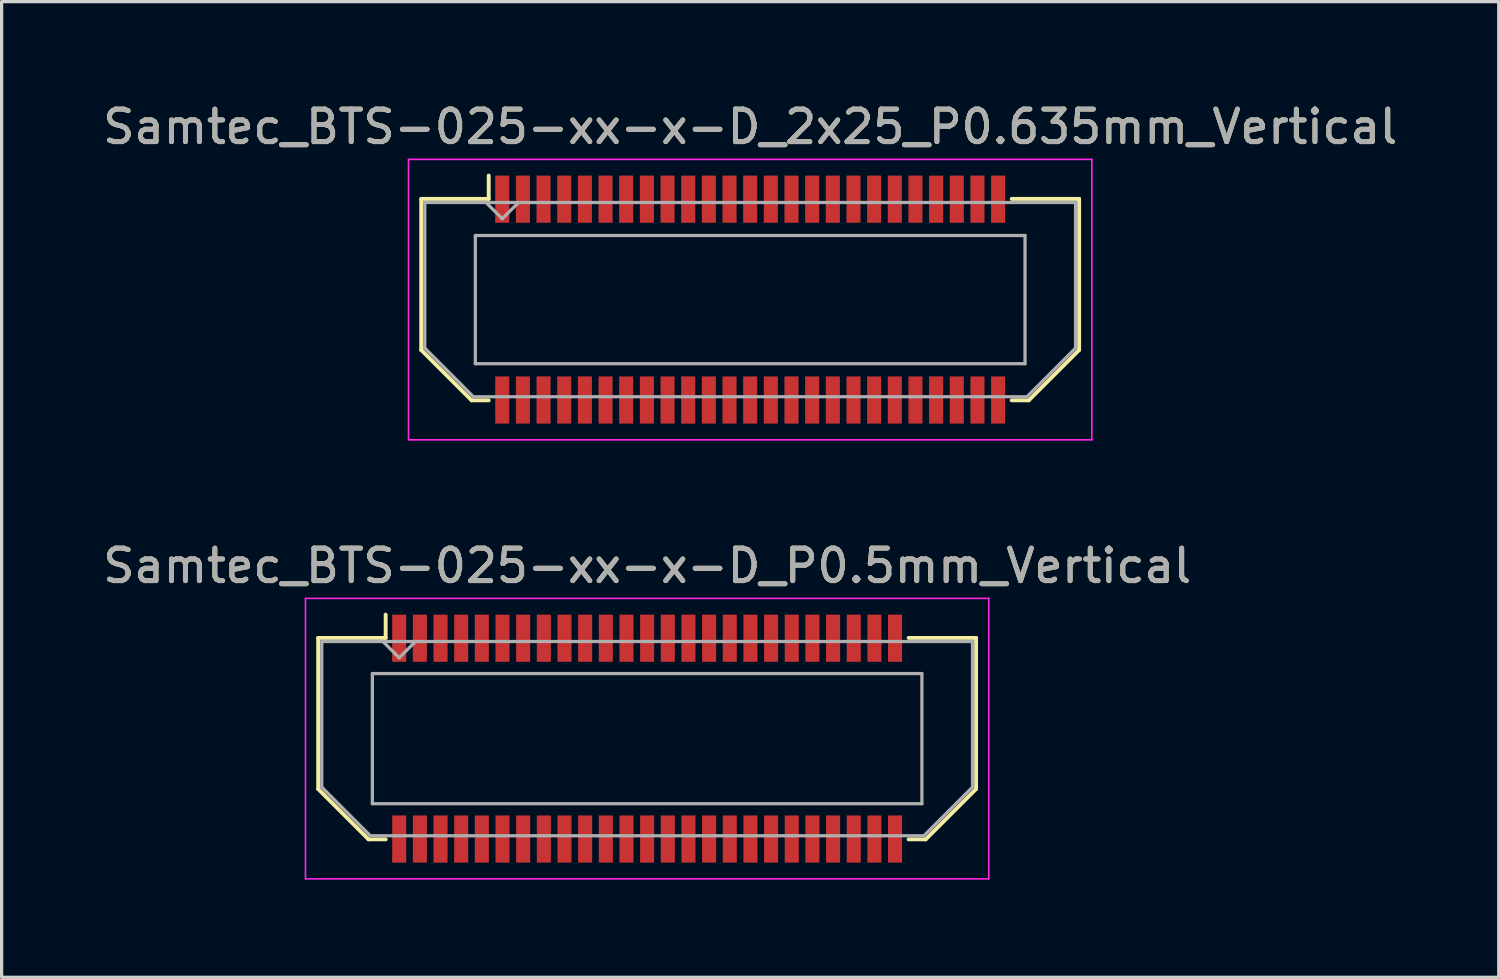
<source format=kicad_pcb>
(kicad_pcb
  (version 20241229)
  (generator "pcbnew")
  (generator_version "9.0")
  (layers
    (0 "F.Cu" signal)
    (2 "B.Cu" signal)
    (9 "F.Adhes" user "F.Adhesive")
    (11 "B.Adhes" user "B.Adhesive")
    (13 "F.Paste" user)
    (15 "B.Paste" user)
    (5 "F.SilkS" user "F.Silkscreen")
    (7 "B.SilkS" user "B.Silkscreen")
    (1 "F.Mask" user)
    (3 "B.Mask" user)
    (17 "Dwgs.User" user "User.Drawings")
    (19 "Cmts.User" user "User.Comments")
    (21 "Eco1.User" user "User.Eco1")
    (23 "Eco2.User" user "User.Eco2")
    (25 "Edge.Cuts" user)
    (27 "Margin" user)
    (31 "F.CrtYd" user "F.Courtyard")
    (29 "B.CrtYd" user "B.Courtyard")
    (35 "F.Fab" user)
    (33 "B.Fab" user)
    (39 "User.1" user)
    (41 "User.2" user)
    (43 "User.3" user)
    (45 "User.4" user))
  (footprint "Samtec_BTS-025-xx-x-D_P0.5mm_Vertical"
    (layer "F.Cu")
    (at 16.839 19.651)
    (property "Reference" "Samtec_BTS-025-xx-x-D_P0.5mm_Vertical" (at 0 -5.31 0) (layer "F.SilkS") (effects (font (size 1 1) (thickness 0.15))))
    (attr smd)
    (fp_line (start -10.11 -3.095) (end -10.11 1.548) (stroke (width 0.12) (type solid)) (layer "F.SilkS"))
    (fp_line (start -10.11 1.548) (end -8.562 3.095) (stroke (width 0.12) (type solid)) (layer "F.SilkS"))
    (fp_line (start -8.562 3.095) (end -8.036 3.095) (stroke (width 0.12) (type solid)) (layer "F.SilkS"))
    (fp_line (start -8.036 -3.811) (end -8.036 -3.095) (stroke (width 0.12) (type solid)) (layer "F.SilkS"))
    (fp_line (start -8.036 -3.095) (end -10.11 -3.095) (stroke (width 0.12) (type solid)) (layer "F.SilkS"))
    (fp_line (start 8.036 -3.095) (end 10.11 -3.095) (stroke (width 0.12) (type solid)) (layer "F.SilkS"))
    (fp_line (start 8.562 3.095) (end 8.036 3.095) (stroke (width 0.12) (type solid)) (layer "F.SilkS"))
    (fp_line (start 10.11 -3.095) (end 10.11 1.548) (stroke (width 0.12) (type solid)) (layer "F.SilkS"))
    (fp_line (start 10.11 1.548) (end 8.562 3.095) (stroke (width 0.12) (type solid)) (layer "F.SilkS"))
    (fp_line (start -10.5 -4.31) (end -10.5 4.31) (stroke (width 0.05) (type solid)) (layer "F.CrtYd"))
    (fp_line (start -10.5 4.31) (end 10.5 4.31) (stroke (width 0.05) (type solid)) (layer "F.CrtYd"))
    (fp_line (start 10.5 -4.31) (end -10.5 -4.31) (stroke (width 0.05) (type solid)) (layer "F.CrtYd"))
    (fp_line (start 10.5 4.31) (end 10.5 -4.31) (stroke (width 0.05) (type solid)) (layer "F.CrtYd"))
    (fp_line (start -10 -2.985) (end -10 1.492) (stroke (width 0.1) (type solid)) (layer "F.Fab"))
    (fp_line (start -10 -2.985) (end 10 -2.985) (stroke (width 0.1) (type solid)) (layer "F.Fab"))
    (fp_line (start -10 1.492) (end -8.508 2.985) (stroke (width 0.1) (type solid)) (layer "F.Fab"))
    (fp_line (start -8.508 2.985) (end 8.508 2.985) (stroke (width 0.1) (type solid)) (layer "F.Fab"))
    (fp_line (start -8.445 -2) (end -8.445 2) (stroke (width 0.1) (type solid)) (layer "F.Fab"))
    (fp_line (start -8.445 2) (end 8.445 2) (stroke (width 0.1) (type solid)) (layer "F.Fab"))
    (fp_line (start -7.62 -2.485) (end -8.12 -2.985) (stroke (width 0.1) (type solid)) (layer "F.Fab"))
    (fp_line (start -7.12 -2.985) (end -7.62 -2.485) (stroke (width 0.1) (type solid)) (layer "F.Fab"))
    (fp_line (start 8.445 -2) (end -8.445 -2) (stroke (width 0.1) (type solid)) (layer "F.Fab"))
    (fp_line (start 8.445 2) (end 8.445 -2) (stroke (width 0.1) (type solid)) (layer "F.Fab"))
    (fp_line (start 10 -2.985) (end 10 1.492) (stroke (width 0.1) (type solid)) (layer "F.Fab"))
    (fp_line (start 10 1.492) (end 8.508 2.985) (stroke (width 0.1) (type solid)) (layer "F.Fab"))
    (fp_text user "${REFERENCE}" (at 0 -5.31 0) (layer "F.Fab") (effects (font (size 1 1) (thickness 0.15))))
    (pad "1" smd rect (at -7.62 -3.086) (size 0.432 1.45) (layers "F.Cu" "F.Mask" "F.Paste"))
    (pad "2" smd rect (at -7.62 3.086) (size 0.432 1.45) (layers "F.Cu" "F.Mask" "F.Paste"))
    (pad "3" smd rect (at -6.985 -3.086) (size 0.432 1.45) (layers "F.Cu" "F.Mask" "F.Paste"))
    (pad "4" smd rect (at -6.985 3.086) (size 0.432 1.45) (layers "F.Cu" "F.Mask" "F.Paste"))
    (pad "5" smd rect (at -6.35 -3.086) (size 0.432 1.45) (layers "F.Cu" "F.Mask" "F.Paste"))
    (pad "6" smd rect (at -6.35 3.086) (size 0.432 1.45) (layers "F.Cu" "F.Mask" "F.Paste"))
    (pad "7" smd rect (at -5.715 -3.086) (size 0.432 1.45) (layers "F.Cu" "F.Mask" "F.Paste"))
    (pad "8" smd rect (at -5.715 3.086) (size 0.432 1.45) (layers "F.Cu" "F.Mask" "F.Paste"))
    (pad "9" smd rect (at -5.08 -3.086) (size 0.432 1.45) (layers "F.Cu" "F.Mask" "F.Paste"))
    (pad "10" smd rect (at -5.08 3.086) (size 0.432 1.45) (layers "F.Cu" "F.Mask" "F.Paste"))
    (pad "11" smd rect (at -4.445 -3.086) (size 0.432 1.45) (layers "F.Cu" "F.Mask" "F.Paste"))
    (pad "12" smd rect (at -4.445 3.086) (size 0.432 1.45) (layers "F.Cu" "F.Mask" "F.Paste"))
    (pad "13" smd rect (at -3.81 -3.086) (size 0.432 1.45) (layers "F.Cu" "F.Mask" "F.Paste"))
    (pad "14" smd rect (at -3.81 3.086) (size 0.432 1.45) (layers "F.Cu" "F.Mask" "F.Paste"))
    (pad "15" smd rect (at -3.175 -3.086) (size 0.432 1.45) (layers "F.Cu" "F.Mask" "F.Paste"))
    (pad "16" smd rect (at -3.175 3.086) (size 0.432 1.45) (layers "F.Cu" "F.Mask" "F.Paste"))
    (pad "17" smd rect (at -2.54 -3.086) (size 0.432 1.45) (layers "F.Cu" "F.Mask" "F.Paste"))
    (pad "18" smd rect (at -2.54 3.086) (size 0.432 1.45) (layers "F.Cu" "F.Mask" "F.Paste"))
    (pad "19" smd rect (at -1.905 -3.086) (size 0.432 1.45) (layers "F.Cu" "F.Mask" "F.Paste"))
    (pad "20" smd rect (at -1.905 3.086) (size 0.432 1.45) (layers "F.Cu" "F.Mask" "F.Paste"))
    (pad "21" smd rect (at -1.27 -3.086) (size 0.432 1.45) (layers "F.Cu" "F.Mask" "F.Paste"))
    (pad "22" smd rect (at -1.27 3.086) (size 0.432 1.45) (layers "F.Cu" "F.Mask" "F.Paste"))
    (pad "23" smd rect (at -0.635 -3.086) (size 0.432 1.45) (layers "F.Cu" "F.Mask" "F.Paste"))
    (pad "24" smd rect (at -0.635 3.086) (size 0.432 1.45) (layers "F.Cu" "F.Mask" "F.Paste"))
    (pad "25" smd rect (at 0 -3.086) (size 0.432 1.45) (layers "F.Cu" "F.Mask" "F.Paste"))
    (pad "26" smd rect (at 0 3.086) (size 0.432 1.45) (layers "F.Cu" "F.Mask" "F.Paste"))
    (pad "27" smd rect (at 0.635 -3.086) (size 0.432 1.45) (layers "F.Cu" "F.Mask" "F.Paste"))
    (pad "28" smd rect (at 0.635 3.086) (size 0.432 1.45) (layers "F.Cu" "F.Mask" "F.Paste"))
    (pad "29" smd rect (at 1.27 -3.086) (size 0.432 1.45) (layers "F.Cu" "F.Mask" "F.Paste"))
    (pad "30" smd rect (at 1.27 3.086) (size 0.432 1.45) (layers "F.Cu" "F.Mask" "F.Paste"))
    (pad "31" smd rect (at 1.905 -3.086) (size 0.432 1.45) (layers "F.Cu" "F.Mask" "F.Paste"))
    (pad "32" smd rect (at 1.905 3.086) (size 0.432 1.45) (layers "F.Cu" "F.Mask" "F.Paste"))
    (pad "33" smd rect (at 2.54 -3.086) (size 0.432 1.45) (layers "F.Cu" "F.Mask" "F.Paste"))
    (pad "34" smd rect (at 2.54 3.086) (size 0.432 1.45) (layers "F.Cu" "F.Mask" "F.Paste"))
    (pad "35" smd rect (at 3.175 -3.086) (size 0.432 1.45) (layers "F.Cu" "F.Mask" "F.Paste"))
    (pad "36" smd rect (at 3.175 3.086) (size 0.432 1.45) (layers "F.Cu" "F.Mask" "F.Paste"))
    (pad "37" smd rect (at 3.81 -3.086) (size 0.432 1.45) (layers "F.Cu" "F.Mask" "F.Paste"))
    (pad "38" smd rect (at 3.81 3.086) (size 0.432 1.45) (layers "F.Cu" "F.Mask" "F.Paste"))
    (pad "39" smd rect (at 4.445 -3.086) (size 0.432 1.45) (layers "F.Cu" "F.Mask" "F.Paste"))
    (pad "40" smd rect (at 4.445 3.086) (size 0.432 1.45) (layers "F.Cu" "F.Mask" "F.Paste"))
    (pad "41" smd rect (at 5.08 -3.086) (size 0.432 1.45) (layers "F.Cu" "F.Mask" "F.Paste"))
    (pad "42" smd rect (at 5.08 3.086) (size 0.432 1.45) (layers "F.Cu" "F.Mask" "F.Paste"))
    (pad "43" smd rect (at 5.715 -3.086) (size 0.432 1.45) (layers "F.Cu" "F.Mask" "F.Paste"))
    (pad "44" smd rect (at 5.715 3.086) (size 0.432 1.45) (layers "F.Cu" "F.Mask" "F.Paste"))
    (pad "45" smd rect (at 6.35 -3.086) (size 0.432 1.45) (layers "F.Cu" "F.Mask" "F.Paste"))
    (pad "46" smd rect (at 6.35 3.086) (size 0.432 1.45) (layers "F.Cu" "F.Mask" "F.Paste"))
    (pad "47" smd rect (at 6.985 -3.086) (size 0.432 1.45) (layers "F.Cu" "F.Mask" "F.Paste"))
    (pad "48" smd rect (at 6.985 3.086) (size 0.432 1.45) (layers "F.Cu" "F.Mask" "F.Paste"))
    (pad "49" smd rect (at 7.62 -3.086) (size 0.432 1.45) (layers "F.Cu" "F.Mask" "F.Paste"))
    (pad "50" smd rect (at 7.62 3.086) (size 0.432 1.45) (layers "F.Cu" "F.Mask" "F.Paste")))
  (footprint "Samtec_BTS-025-xx-x-D_2x25_P0.635mm_Vertical"
    (layer "F.Cu")
    (at 20.006 6.158)
    (property "Reference" "Samtec_BTS-025-xx-x-D_2x25_P0.635mm_Vertical" (at 0 -5.31 0) (layer "F.SilkS") (effects (font (size 1 1) (thickness 0.15))))
    (attr smd)
    (fp_line (start -10.11 -3.095) (end -10.11 1.548) (stroke (width 0.12) (type solid)) (layer "F.SilkS"))
    (fp_line (start -10.11 1.548) (end -8.562 3.095) (stroke (width 0.12) (type solid)) (layer "F.SilkS"))
    (fp_line (start -8.562 3.095) (end -8.036 3.095) (stroke (width 0.12) (type solid)) (layer "F.SilkS"))
    (fp_line (start -8.036 -3.811) (end -8.036 -3.095) (stroke (width 0.12) (type solid)) (layer "F.SilkS"))
    (fp_line (start -8.036 -3.095) (end -10.11 -3.095) (stroke (width 0.12) (type solid)) (layer "F.SilkS"))
    (fp_line (start 8.036 -3.095) (end 10.11 -3.095) (stroke (width 0.12) (type solid)) (layer "F.SilkS"))
    (fp_line (start 8.562 3.095) (end 8.036 3.095) (stroke (width 0.12) (type solid)) (layer "F.SilkS"))
    (fp_line (start 10.11 -3.095) (end 10.11 1.548) (stroke (width 0.12) (type solid)) (layer "F.SilkS"))
    (fp_line (start 10.11 1.548) (end 8.562 3.095) (stroke (width 0.12) (type solid)) (layer "F.SilkS"))
    (fp_line (start -10.5 -4.31) (end -10.5 4.31) (stroke (width 0.05) (type solid)) (layer "F.CrtYd"))
    (fp_line (start -10.5 4.31) (end 10.5 4.31) (stroke (width 0.05) (type solid)) (layer "F.CrtYd"))
    (fp_line (start 10.5 -4.31) (end -10.5 -4.31) (stroke (width 0.05) (type solid)) (layer "F.CrtYd"))
    (fp_line (start 10.5 4.31) (end 10.5 -4.31) (stroke (width 0.05) (type solid)) (layer "F.CrtYd"))
    (fp_line (start -10 -2.985) (end -10 1.492) (stroke (width 0.1) (type solid)) (layer "F.Fab"))
    (fp_line (start -10 -2.985) (end 10 -2.985) (stroke (width 0.1) (type solid)) (layer "F.Fab"))
    (fp_line (start -10 1.492) (end -8.508 2.985) (stroke (width 0.1) (type solid)) (layer "F.Fab"))
    (fp_line (start -8.508 2.985) (end 8.508 2.985) (stroke (width 0.1) (type solid)) (layer "F.Fab"))
    (fp_line (start -8.447 -1.97) (end -8.447 1.97) (stroke (width 0.1) (type solid)) (layer "F.Fab"))
    (fp_line (start -8.447 1.97) (end 8.447 1.97) (stroke (width 0.1) (type solid)) (layer "F.Fab"))
    (fp_line (start -7.62 -2.485) (end -8.12 -2.985) (stroke (width 0.1) (type solid)) (layer "F.Fab"))
    (fp_line (start -7.12 -2.985) (end -7.62 -2.485) (stroke (width 0.1) (type solid)) (layer "F.Fab"))
    (fp_line (start 8.447 -1.97) (end -8.447 -1.97) (stroke (width 0.1) (type solid)) (layer "F.Fab"))
    (fp_line (start 8.447 1.97) (end 8.447 -1.97) (stroke (width 0.1) (type solid)) (layer "F.Fab"))
    (fp_line (start 10 -2.985) (end 10 1.492) (stroke (width 0.1) (type solid)) (layer "F.Fab"))
    (fp_line (start 10 1.492) (end 8.508 2.985) (stroke (width 0.1) (type solid)) (layer "F.Fab"))
    (fp_text user "${REFERENCE}" (at 0 -5.31 0) (layer "F.Fab") (effects (font (size 1 1) (thickness 0.15))))
    (pad "1" smd rect (at -7.62 -3.086) (size 0.432 1.45) (layers "F.Cu" "F.Mask" "F.Paste"))
    (pad "2" smd rect (at -7.62 3.086) (size 0.432 1.45) (layers "F.Cu" "F.Mask" "F.Paste"))
    (pad "3" smd rect (at -6.985 -3.086) (size 0.432 1.45) (layers "F.Cu" "F.Mask" "F.Paste"))
    (pad "4" smd rect (at -6.985 3.086) (size 0.432 1.45) (layers "F.Cu" "F.Mask" "F.Paste"))
    (pad "5" smd rect (at -6.35 -3.086) (size 0.432 1.45) (layers "F.Cu" "F.Mask" "F.Paste"))
    (pad "6" smd rect (at -6.35 3.086) (size 0.432 1.45) (layers "F.Cu" "F.Mask" "F.Paste"))
    (pad "7" smd rect (at -5.715 -3.086) (size 0.432 1.45) (layers "F.Cu" "F.Mask" "F.Paste"))
    (pad "8" smd rect (at -5.715 3.086) (size 0.432 1.45) (layers "F.Cu" "F.Mask" "F.Paste"))
    (pad "9" smd rect (at -5.08 -3.086) (size 0.432 1.45) (layers "F.Cu" "F.Mask" "F.Paste"))
    (pad "10" smd rect (at -5.08 3.086) (size 0.432 1.45) (layers "F.Cu" "F.Mask" "F.Paste"))
    (pad "11" smd rect (at -4.445 -3.086) (size 0.432 1.45) (layers "F.Cu" "F.Mask" "F.Paste"))
    (pad "12" smd rect (at -4.445 3.086) (size 0.432 1.45) (layers "F.Cu" "F.Mask" "F.Paste"))
    (pad "13" smd rect (at -3.81 -3.086) (size 0.432 1.45) (layers "F.Cu" "F.Mask" "F.Paste"))
    (pad "14" smd rect (at -3.81 3.086) (size 0.432 1.45) (layers "F.Cu" "F.Mask" "F.Paste"))
    (pad "15" smd rect (at -3.175 -3.086) (size 0.432 1.45) (layers "F.Cu" "F.Mask" "F.Paste"))
    (pad "16" smd rect (at -3.175 3.086) (size 0.432 1.45) (layers "F.Cu" "F.Mask" "F.Paste"))
    (pad "17" smd rect (at -2.54 -3.086) (size 0.432 1.45) (layers "F.Cu" "F.Mask" "F.Paste"))
    (pad "18" smd rect (at -2.54 3.086) (size 0.432 1.45) (layers "F.Cu" "F.Mask" "F.Paste"))
    (pad "19" smd rect (at -1.905 -3.086) (size 0.432 1.45) (layers "F.Cu" "F.Mask" "F.Paste"))
    (pad "20" smd rect (at -1.905 3.086) (size 0.432 1.45) (layers "F.Cu" "F.Mask" "F.Paste"))
    (pad "21" smd rect (at -1.27 -3.086) (size 0.432 1.45) (layers "F.Cu" "F.Mask" "F.Paste"))
    (pad "22" smd rect (at -1.27 3.086) (size 0.432 1.45) (layers "F.Cu" "F.Mask" "F.Paste"))
    (pad "23" smd rect (at -0.635 -3.086) (size 0.432 1.45) (layers "F.Cu" "F.Mask" "F.Paste"))
    (pad "24" smd rect (at -0.635 3.086) (size 0.432 1.45) (layers "F.Cu" "F.Mask" "F.Paste"))
    (pad "25" smd rect (at 0 -3.086) (size 0.432 1.45) (layers "F.Cu" "F.Mask" "F.Paste"))
    (pad "26" smd rect (at 0 3.086) (size 0.432 1.45) (layers "F.Cu" "F.Mask" "F.Paste"))
    (pad "27" smd rect (at 0.635 -3.086) (size 0.432 1.45) (layers "F.Cu" "F.Mask" "F.Paste"))
    (pad "28" smd rect (at 0.635 3.086) (size 0.432 1.45) (layers "F.Cu" "F.Mask" "F.Paste"))
    (pad "29" smd rect (at 1.27 -3.086) (size 0.432 1.45) (layers "F.Cu" "F.Mask" "F.Paste"))
    (pad "30" smd rect (at 1.27 3.086) (size 0.432 1.45) (layers "F.Cu" "F.Mask" "F.Paste"))
    (pad "31" smd rect (at 1.905 -3.086) (size 0.432 1.45) (layers "F.Cu" "F.Mask" "F.Paste"))
    (pad "32" smd rect (at 1.905 3.086) (size 0.432 1.45) (layers "F.Cu" "F.Mask" "F.Paste"))
    (pad "33" smd rect (at 2.54 -3.086) (size 0.432 1.45) (layers "F.Cu" "F.Mask" "F.Paste"))
    (pad "34" smd rect (at 2.54 3.086) (size 0.432 1.45) (layers "F.Cu" "F.Mask" "F.Paste"))
    (pad "35" smd rect (at 3.175 -3.086) (size 0.432 1.45) (layers "F.Cu" "F.Mask" "F.Paste"))
    (pad "36" smd rect (at 3.175 3.086) (size 0.432 1.45) (layers "F.Cu" "F.Mask" "F.Paste"))
    (pad "37" smd rect (at 3.81 -3.086) (size 0.432 1.45) (layers "F.Cu" "F.Mask" "F.Paste"))
    (pad "38" smd rect (at 3.81 3.086) (size 0.432 1.45) (layers "F.Cu" "F.Mask" "F.Paste"))
    (pad "39" smd rect (at 4.445 -3.086) (size 0.432 1.45) (layers "F.Cu" "F.Mask" "F.Paste"))
    (pad "40" smd rect (at 4.445 3.086) (size 0.432 1.45) (layers "F.Cu" "F.Mask" "F.Paste"))
    (pad "41" smd rect (at 5.08 -3.086) (size 0.432 1.45) (layers "F.Cu" "F.Mask" "F.Paste"))
    (pad "42" smd rect (at 5.08 3.086) (size 0.432 1.45) (layers "F.Cu" "F.Mask" "F.Paste"))
    (pad "43" smd rect (at 5.715 -3.086) (size 0.432 1.45) (layers "F.Cu" "F.Mask" "F.Paste"))
    (pad "44" smd rect (at 5.715 3.086) (size 0.432 1.45) (layers "F.Cu" "F.Mask" "F.Paste"))
    (pad "45" smd rect (at 6.35 -3.086) (size 0.432 1.45) (layers "F.Cu" "F.Mask" "F.Paste"))
    (pad "46" smd rect (at 6.35 3.086) (size 0.432 1.45) (layers "F.Cu" "F.Mask" "F.Paste"))
    (pad "47" smd rect (at 6.985 -3.086) (size 0.432 1.45) (layers "F.Cu" "F.Mask" "F.Paste"))
    (pad "48" smd rect (at 6.985 3.086) (size 0.432 1.45) (layers "F.Cu" "F.Mask" "F.Paste"))
    (pad "49" smd rect (at 7.62 -3.086) (size 0.432 1.45) (layers "F.Cu" "F.Mask" "F.Paste"))
    (pad "50" smd rect (at 7.62 3.086) (size 0.432 1.45) (layers "F.Cu" "F.Mask" "F.Paste")))
  (gr_rect
    (start -3 -3)
    (end 43.012 26.986)
    (stroke (width 0.1) (type default))
    (fill no)
    (layer "Edge.Cuts")))
</source>
